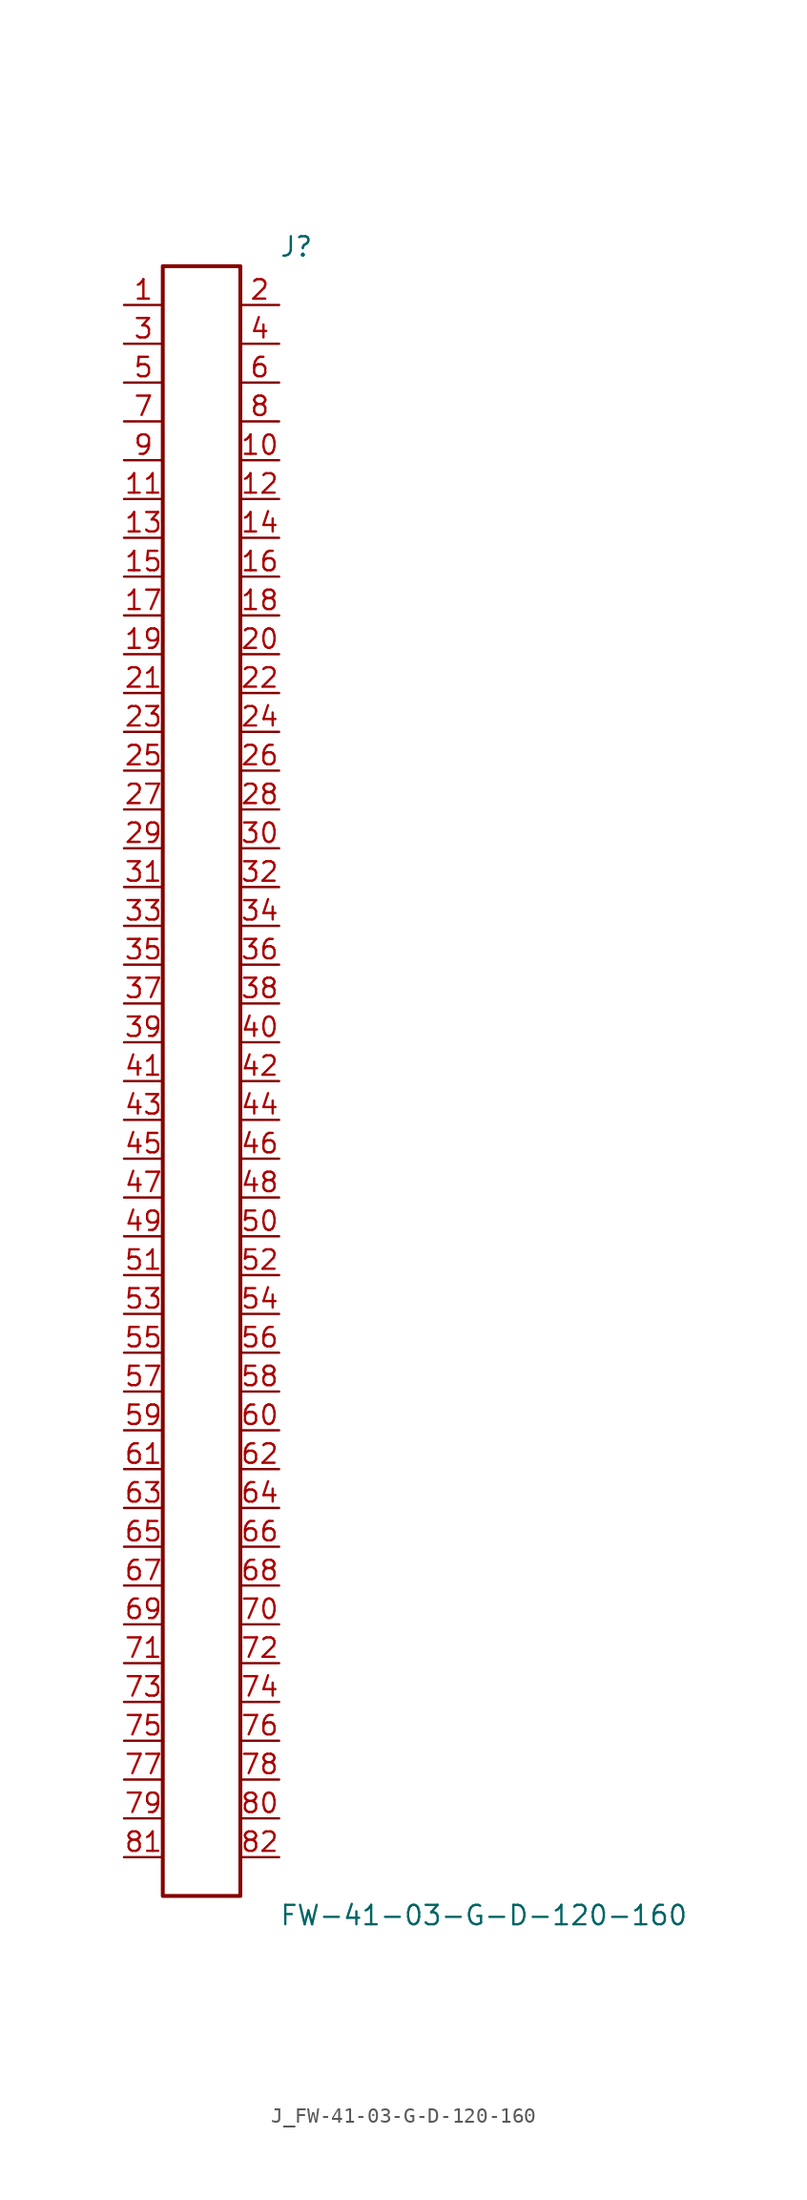
<source format=kicad_sym>
(kicad_symbol_lib
  (version 20231120)
  (generator kicad_symbol_editor)
  (generator_version 8.0)
  (symbol "J_FW-41-03-G-D-120-160"
    (pin_names
      (offset 0.254))
    (property "Reference" "J"
      (at 5.08 54.61 0)
      (effects (font (size 1.27 1.27)) (justify left)))
    (property "Value" "FW-41-03-G-D-120-160"
      (at 5.08 -54.61 0)
      (effects (font (size 1.27 1.27)) (justify left)))
    (symbol "J_FW-41-03-G-D-120-160_0_0"
      (pin passive line (at -5.08 50.8 0) (length 2.54) (name "" (effects (font (size 1.27 1.27)))) (number "1" (effects (font (size 1.27 1.27)))))
      (pin passive line (at 5.08 50.8 180) (length 2.54) (name "" (effects (font (size 1.27 1.27)))) (number "2" (effects (font (size 1.27 1.27)))))
      (pin passive line (at -5.08 48.26 0) (length 2.54) (name "" (effects (font (size 1.27 1.27)))) (number "3" (effects (font (size 1.27 1.27)))))
      (pin passive line (at 5.08 48.26 180) (length 2.54) (name "" (effects (font (size 1.27 1.27)))) (number "4" (effects (font (size 1.27 1.27)))))
      (pin passive line (at -5.08 45.72 0) (length 2.54) (name "" (effects (font (size 1.27 1.27)))) (number "5" (effects (font (size 1.27 1.27)))))
      (pin passive line (at 5.08 45.72 180) (length 2.54) (name "" (effects (font (size 1.27 1.27)))) (number "6" (effects (font (size 1.27 1.27)))))
      (pin passive line (at -5.08 43.18 0) (length 2.54) (name "" (effects (font (size 1.27 1.27)))) (number "7" (effects (font (size 1.27 1.27)))))
      (pin passive line (at 5.08 43.18 180) (length 2.54) (name "" (effects (font (size 1.27 1.27)))) (number "8" (effects (font (size 1.27 1.27)))))
      (pin passive line (at -5.08 40.64 0) (length 2.54) (name "" (effects (font (size 1.27 1.27)))) (number "9" (effects (font (size 1.27 1.27)))))
      (pin passive line (at 5.08 40.64 180) (length 2.54) (name "" (effects (font (size 1.27 1.27)))) (number "10" (effects (font (size 1.27 1.27)))))
      (pin passive line (at -5.08 38.1 0) (length 2.54) (name "" (effects (font (size 1.27 1.27)))) (number "11" (effects (font (size 1.27 1.27)))))
      (pin passive line (at 5.08 38.1 180) (length 2.54) (name "" (effects (font (size 1.27 1.27)))) (number "12" (effects (font (size 1.27 1.27)))))
      (pin passive line (at -5.08 35.56 0) (length 2.54) (name "" (effects (font (size 1.27 1.27)))) (number "13" (effects (font (size 1.27 1.27)))))
      (pin passive line (at 5.08 35.56 180) (length 2.54) (name "" (effects (font (size 1.27 1.27)))) (number "14" (effects (font (size 1.27 1.27)))))
      (pin passive line (at -5.08 33.02 0) (length 2.54) (name "" (effects (font (size 1.27 1.27)))) (number "15" (effects (font (size 1.27 1.27)))))
      (pin passive line (at 5.08 33.02 180) (length 2.54) (name "" (effects (font (size 1.27 1.27)))) (number "16" (effects (font (size 1.27 1.27)))))
      (pin passive line (at -5.08 30.48 0) (length 2.54) (name "" (effects (font (size 1.27 1.27)))) (number "17" (effects (font (size 1.27 1.27)))))
      (pin passive line (at 5.08 30.48 180) (length 2.54) (name "" (effects (font (size 1.27 1.27)))) (number "18" (effects (font (size 1.27 1.27)))))
      (pin passive line (at -5.08 27.94 0) (length 2.54) (name "" (effects (font (size 1.27 1.27)))) (number "19" (effects (font (size 1.27 1.27)))))
      (pin passive line (at 5.08 27.94 180) (length 2.54) (name "" (effects (font (size 1.27 1.27)))) (number "20" (effects (font (size 1.27 1.27)))))
      (pin passive line (at -5.08 25.4 0) (length 2.54) (name "" (effects (font (size 1.27 1.27)))) (number "21" (effects (font (size 1.27 1.27)))))
      (pin passive line (at 5.08 25.4 180) (length 2.54) (name "" (effects (font (size 1.27 1.27)))) (number "22" (effects (font (size 1.27 1.27)))))
      (pin passive line (at -5.08 22.86 0) (length 2.54) (name "" (effects (font (size 1.27 1.27)))) (number "23" (effects (font (size 1.27 1.27)))))
      (pin passive line (at 5.08 22.86 180) (length 2.54) (name "" (effects (font (size 1.27 1.27)))) (number "24" (effects (font (size 1.27 1.27)))))
      (pin passive line (at -5.08 20.32 0) (length 2.54) (name "" (effects (font (size 1.27 1.27)))) (number "25" (effects (font (size 1.27 1.27)))))
      (pin passive line (at 5.08 20.32 180) (length 2.54) (name "" (effects (font (size 1.27 1.27)))) (number "26" (effects (font (size 1.27 1.27)))))
      (pin passive line (at -5.08 17.78 0) (length 2.54) (name "" (effects (font (size 1.27 1.27)))) (number "27" (effects (font (size 1.27 1.27)))))
      (pin passive line (at 5.08 17.78 180) (length 2.54) (name "" (effects (font (size 1.27 1.27)))) (number "28" (effects (font (size 1.27 1.27)))))
      (pin passive line (at -5.08 15.24 0) (length 2.54) (name "" (effects (font (size 1.27 1.27)))) (number "29" (effects (font (size 1.27 1.27)))))
      (pin passive line (at 5.08 15.24 180) (length 2.54) (name "" (effects (font (size 1.27 1.27)))) (number "30" (effects (font (size 1.27 1.27)))))
      (pin passive line (at -5.08 12.7 0) (length 2.54) (name "" (effects (font (size 1.27 1.27)))) (number "31" (effects (font (size 1.27 1.27)))))
      (pin passive line (at 5.08 12.7 180) (length 2.54) (name "" (effects (font (size 1.27 1.27)))) (number "32" (effects (font (size 1.27 1.27)))))
      (pin passive line (at -5.08 10.16 0) (length 2.54) (name "" (effects (font (size 1.27 1.27)))) (number "33" (effects (font (size 1.27 1.27)))))
      (pin passive line (at 5.08 10.16 180) (length 2.54) (name "" (effects (font (size 1.27 1.27)))) (number "34" (effects (font (size 1.27 1.27)))))
      (pin passive line (at -5.08 7.62 0) (length 2.54) (name "" (effects (font (size 1.27 1.27)))) (number "35" (effects (font (size 1.27 1.27)))))
      (pin passive line (at 5.08 7.62 180) (length 2.54) (name "" (effects (font (size 1.27 1.27)))) (number "36" (effects (font (size 1.27 1.27)))))
      (pin passive line (at -5.08 5.08 0) (length 2.54) (name "" (effects (font (size 1.27 1.27)))) (number "37" (effects (font (size 1.27 1.27)))))
      (pin passive line (at 5.08 5.08 180) (length 2.54) (name "" (effects (font (size 1.27 1.27)))) (number "38" (effects (font (size 1.27 1.27)))))
      (pin passive line (at -5.08 2.54 0) (length 2.54) (name "" (effects (font (size 1.27 1.27)))) (number "39" (effects (font (size 1.27 1.27)))))
      (pin passive line (at 5.08 2.54 180) (length 2.54) (name "" (effects (font (size 1.27 1.27)))) (number "40" (effects (font (size 1.27 1.27)))))
      (pin passive line (at -5.08 0.0 0) (length 2.54) (name "" (effects (font (size 1.27 1.27)))) (number "41" (effects (font (size 1.27 1.27)))))
      (pin passive line (at 5.08 0.0 180) (length 2.54) (name "" (effects (font (size 1.27 1.27)))) (number "42" (effects (font (size 1.27 1.27)))))
      (pin passive line (at -5.08 -2.54 0) (length 2.54) (name "" (effects (font (size 1.27 1.27)))) (number "43" (effects (font (size 1.27 1.27)))))
      (pin passive line (at 5.08 -2.54 180) (length 2.54) (name "" (effects (font (size 1.27 1.27)))) (number "44" (effects (font (size 1.27 1.27)))))
      (pin passive line (at -5.08 -5.08 0) (length 2.54) (name "" (effects (font (size 1.27 1.27)))) (number "45" (effects (font (size 1.27 1.27)))))
      (pin passive line (at 5.08 -5.08 180) (length 2.54) (name "" (effects (font (size 1.27 1.27)))) (number "46" (effects (font (size 1.27 1.27)))))
      (pin passive line (at -5.08 -7.62 0) (length 2.54) (name "" (effects (font (size 1.27 1.27)))) (number "47" (effects (font (size 1.27 1.27)))))
      (pin passive line (at 5.08 -7.62 180) (length 2.54) (name "" (effects (font (size 1.27 1.27)))) (number "48" (effects (font (size 1.27 1.27)))))
      (pin passive line (at -5.08 -10.16 0) (length 2.54) (name "" (effects (font (size 1.27 1.27)))) (number "49" (effects (font (size 1.27 1.27)))))
      (pin passive line (at 5.08 -10.16 180) (length 2.54) (name "" (effects (font (size 1.27 1.27)))) (number "50" (effects (font (size 1.27 1.27)))))
      (pin passive line (at -5.08 -12.7 0) (length 2.54) (name "" (effects (font (size 1.27 1.27)))) (number "51" (effects (font (size 1.27 1.27)))))
      (pin passive line (at 5.08 -12.7 180) (length 2.54) (name "" (effects (font (size 1.27 1.27)))) (number "52" (effects (font (size 1.27 1.27)))))
      (pin passive line (at -5.08 -15.24 0) (length 2.54) (name "" (effects (font (size 1.27 1.27)))) (number "53" (effects (font (size 1.27 1.27)))))
      (pin passive line (at 5.08 -15.24 180) (length 2.54) (name "" (effects (font (size 1.27 1.27)))) (number "54" (effects (font (size 1.27 1.27)))))
      (pin passive line (at -5.08 -17.78 0) (length 2.54) (name "" (effects (font (size 1.27 1.27)))) (number "55" (effects (font (size 1.27 1.27)))))
      (pin passive line (at 5.08 -17.78 180) (length 2.54) (name "" (effects (font (size 1.27 1.27)))) (number "56" (effects (font (size 1.27 1.27)))))
      (pin passive line (at -5.08 -20.32 0) (length 2.54) (name "" (effects (font (size 1.27 1.27)))) (number "57" (effects (font (size 1.27 1.27)))))
      (pin passive line (at 5.08 -20.32 180) (length 2.54) (name "" (effects (font (size 1.27 1.27)))) (number "58" (effects (font (size 1.27 1.27)))))
      (pin passive line (at -5.08 -22.86 0) (length 2.54) (name "" (effects (font (size 1.27 1.27)))) (number "59" (effects (font (size 1.27 1.27)))))
      (pin passive line (at 5.08 -22.86 180) (length 2.54) (name "" (effects (font (size 1.27 1.27)))) (number "60" (effects (font (size 1.27 1.27)))))
      (pin passive line (at -5.08 -25.4 0) (length 2.54) (name "" (effects (font (size 1.27 1.27)))) (number "61" (effects (font (size 1.27 1.27)))))
      (pin passive line (at 5.08 -25.4 180) (length 2.54) (name "" (effects (font (size 1.27 1.27)))) (number "62" (effects (font (size 1.27 1.27)))))
      (pin passive line (at -5.08 -27.94 0) (length 2.54) (name "" (effects (font (size 1.27 1.27)))) (number "63" (effects (font (size 1.27 1.27)))))
      (pin passive line (at 5.08 -27.94 180) (length 2.54) (name "" (effects (font (size 1.27 1.27)))) (number "64" (effects (font (size 1.27 1.27)))))
      (pin passive line (at -5.08 -30.48 0) (length 2.54) (name "" (effects (font (size 1.27 1.27)))) (number "65" (effects (font (size 1.27 1.27)))))
      (pin passive line (at 5.08 -30.48 180) (length 2.54) (name "" (effects (font (size 1.27 1.27)))) (number "66" (effects (font (size 1.27 1.27)))))
      (pin passive line (at -5.08 -33.02 0) (length 2.54) (name "" (effects (font (size 1.27 1.27)))) (number "67" (effects (font (size 1.27 1.27)))))
      (pin passive line (at 5.08 -33.02 180) (length 2.54) (name "" (effects (font (size 1.27 1.27)))) (number "68" (effects (font (size 1.27 1.27)))))
      (pin passive line (at -5.08 -35.56 0) (length 2.54) (name "" (effects (font (size 1.27 1.27)))) (number "69" (effects (font (size 1.27 1.27)))))
      (pin passive line (at 5.08 -35.56 180) (length 2.54) (name "" (effects (font (size 1.27 1.27)))) (number "70" (effects (font (size 1.27 1.27)))))
      (pin passive line (at -5.08 -38.1 0) (length 2.54) (name "" (effects (font (size 1.27 1.27)))) (number "71" (effects (font (size 1.27 1.27)))))
      (pin passive line (at 5.08 -38.1 180) (length 2.54) (name "" (effects (font (size 1.27 1.27)))) (number "72" (effects (font (size 1.27 1.27)))))
      (pin passive line (at -5.08 -40.64 0) (length 2.54) (name "" (effects (font (size 1.27 1.27)))) (number "73" (effects (font (size 1.27 1.27)))))
      (pin passive line (at 5.08 -40.64 180) (length 2.54) (name "" (effects (font (size 1.27 1.27)))) (number "74" (effects (font (size 1.27 1.27)))))
      (pin passive line (at -5.08 -43.18 0) (length 2.54) (name "" (effects (font (size 1.27 1.27)))) (number "75" (effects (font (size 1.27 1.27)))))
      (pin passive line (at 5.08 -43.18 180) (length 2.54) (name "" (effects (font (size 1.27 1.27)))) (number "76" (effects (font (size 1.27 1.27)))))
      (pin passive line (at -5.08 -45.72 0) (length 2.54) (name "" (effects (font (size 1.27 1.27)))) (number "77" (effects (font (size 1.27 1.27)))))
      (pin passive line (at 5.08 -45.72 180) (length 2.54) (name "" (effects (font (size 1.27 1.27)))) (number "78" (effects (font (size 1.27 1.27)))))
      (pin passive line (at -5.08 -48.26 0) (length 2.54) (name "" (effects (font (size 1.27 1.27)))) (number "79" (effects (font (size 1.27 1.27)))))
      (pin passive line (at 5.08 -48.26 180) (length 2.54) (name "" (effects (font (size 1.27 1.27)))) (number "80" (effects (font (size 1.27 1.27)))))
      (pin passive line (at -5.08 -50.8 0) (length 2.54) (name "" (effects (font (size 1.27 1.27)))) (number "81" (effects (font (size 1.27 1.27)))))
      (pin passive line (at 5.08 -50.8 180) (length 2.54) (name "" (effects (font (size 1.27 1.27)))) (number "82" (effects (font (size 1.27 1.27))))))
    (symbol "J_FW-41-03-G-D-120-160_1_0"
      (rectangle (start -2.54 53.34) (end 2.54 -53.34) (stroke (width 0.254) (type solid)) (fill (type none))))))
</source>
